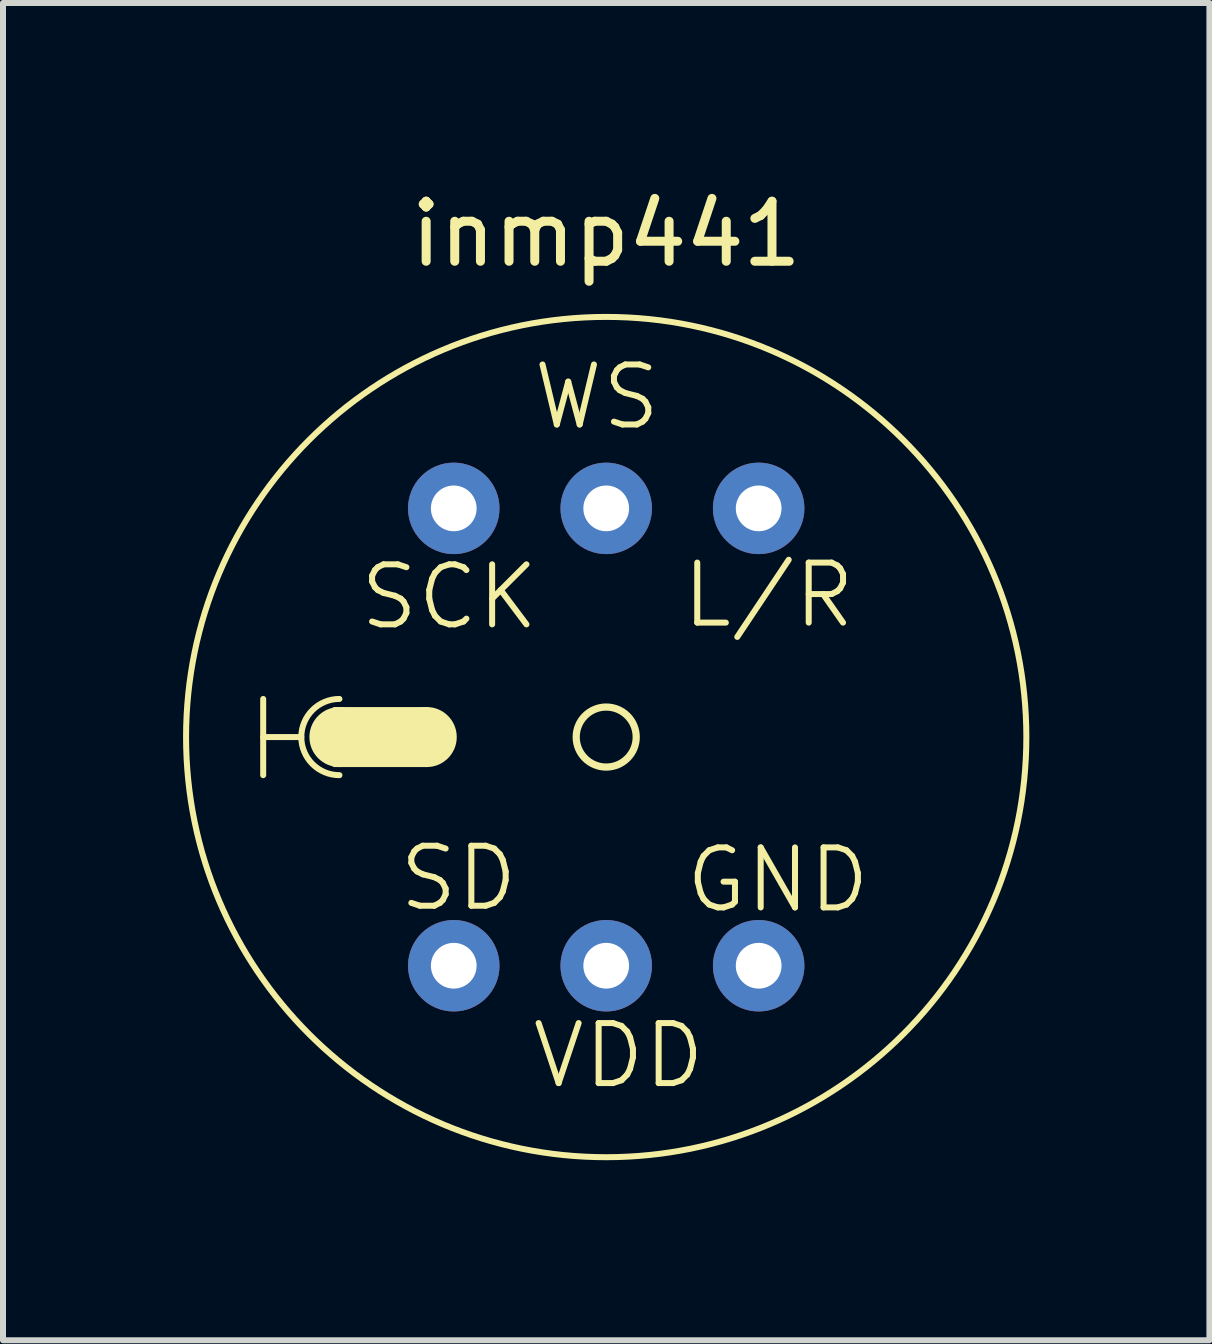
<source format=kicad_pcb>
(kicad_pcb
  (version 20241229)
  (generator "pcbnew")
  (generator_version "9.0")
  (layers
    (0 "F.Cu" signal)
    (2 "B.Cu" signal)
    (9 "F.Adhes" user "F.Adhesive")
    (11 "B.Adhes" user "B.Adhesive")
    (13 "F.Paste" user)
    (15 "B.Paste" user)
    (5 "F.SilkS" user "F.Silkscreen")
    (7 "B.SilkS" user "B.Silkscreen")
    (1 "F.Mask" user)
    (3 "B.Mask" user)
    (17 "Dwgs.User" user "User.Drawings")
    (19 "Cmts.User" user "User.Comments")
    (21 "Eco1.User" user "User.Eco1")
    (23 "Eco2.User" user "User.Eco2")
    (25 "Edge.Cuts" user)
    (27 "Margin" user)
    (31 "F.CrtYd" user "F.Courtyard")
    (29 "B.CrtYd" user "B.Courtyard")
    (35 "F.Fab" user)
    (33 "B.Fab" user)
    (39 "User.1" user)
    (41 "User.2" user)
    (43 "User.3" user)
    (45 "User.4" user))
  (footprint "inmp441"
    (layer "F.Cu")
    (at 7.05 9.23)
    (property "Reference" "inmp441" (at 0 -8.382 0) (layer "F.SilkS") (effects (font (size 1 1) (thickness 0.15))))
    (attr through_hole)
    (fp_line (start -5.715 -0.635) (end -5.715 0.635) (stroke (width 0.1) (type default)) (layer "F.SilkS"))
    (fp_line (start -5.715 0) (end -5.08 0) (stroke (width 0.1) (type default)) (layer "F.SilkS"))
    (fp_rect (start -4.525 -0.45) (end -2.99 0.45) (stroke (width 0.1) (type solid)) (fill yes) (layer "F.SilkS"))
    (fp_arc (start -4.445 0.635) (mid -5.08 0) (end -4.445 -0.635) (stroke (width 0.1) (type default)) (layer "F.SilkS"))
    (fp_circle (center -4.445 0) (end -3.995 0) (stroke (width 0.1) (type solid)) (fill yes) (layer "F.SilkS"))
    (fp_circle (center -2.99 0) (end -2.54 0) (stroke (width 0.1) (type solid)) (fill yes) (layer "F.SilkS"))
    (fp_circle (center 0 0) (end 0.5 0) (stroke (width 0.12) (type solid)) (fill no) (layer "F.SilkS"))
    (fp_circle (center 0 0) (end 7 0) (stroke (width 0.1) (type default)) (fill no) (layer "F.SilkS"))
    (fp_text user "WS" (at -1.27 -5.08 0) (unlocked yes) (layer "F.SilkS") (effects (font (size 1 1) (thickness 0.1)) (justify left bottom)))
    (fp_text user "VDD" (at -1.287 5.893 0) (unlocked yes) (layer "F.SilkS") (effects (font (size 1 1) (thickness 0.1)) (justify left bottom)))
    (fp_text user "L/R" (at 1.213 -1.779 0) (unlocked yes) (layer "F.SilkS") (effects (font (size 1 1) (thickness 0.1)) (justify left bottom)))
    (fp_text user "SD" (at -3.503 2.938 0) (unlocked yes) (layer "F.SilkS") (effects (font (size 1 1) (thickness 0.1)) (justify left bottom)))
    (fp_text user "GND" (at 1.27 2.966 0) (unlocked yes) (layer "F.SilkS") (effects (font (size 1 1) (thickness 0.1)) (justify left bottom)))
    (fp_text user "SCK" (at -4.157 -1.75 0) (unlocked yes) (layer "F.SilkS") (effects (font (size 1 1) (thickness 0.1)) (justify left bottom)))
    (pad "1" thru_hole circle (at 0 3.81) (size 1.524 1.524) (drill 0.762) (layers "*.Cu" "*.Mask"))
    (pad "2" thru_hole circle (at 2.54 3.81) (size 1.524 1.524) (drill 0.762) (layers "*.Cu" "*.Mask"))
    (pad "3" thru_hole circle (at -2.54 -3.81) (size 1.524 1.524) (drill 0.762) (layers "*.Cu" "*.Mask"))
    (pad "4" thru_hole circle (at -2.54 3.81) (size 1.524 1.524) (drill 0.762) (layers "*.Cu" "*.Mask"))
    (pad "5" thru_hole circle (at 0 -3.81) (size 1.524 1.524) (drill 0.762) (layers "*.Cu" "*.Mask"))
    (pad "6" thru_hole circle (at 2.54 -3.81) (size 1.524 1.524) (drill 0.762) (layers "*.Cu" "*.Mask")))
  (gr_rect
    (start -3 -3)
    (end 17.1 19.28)
    (stroke (width 0.1) (type default))
    (fill no)
    (layer "Edge.Cuts")))
</source>
